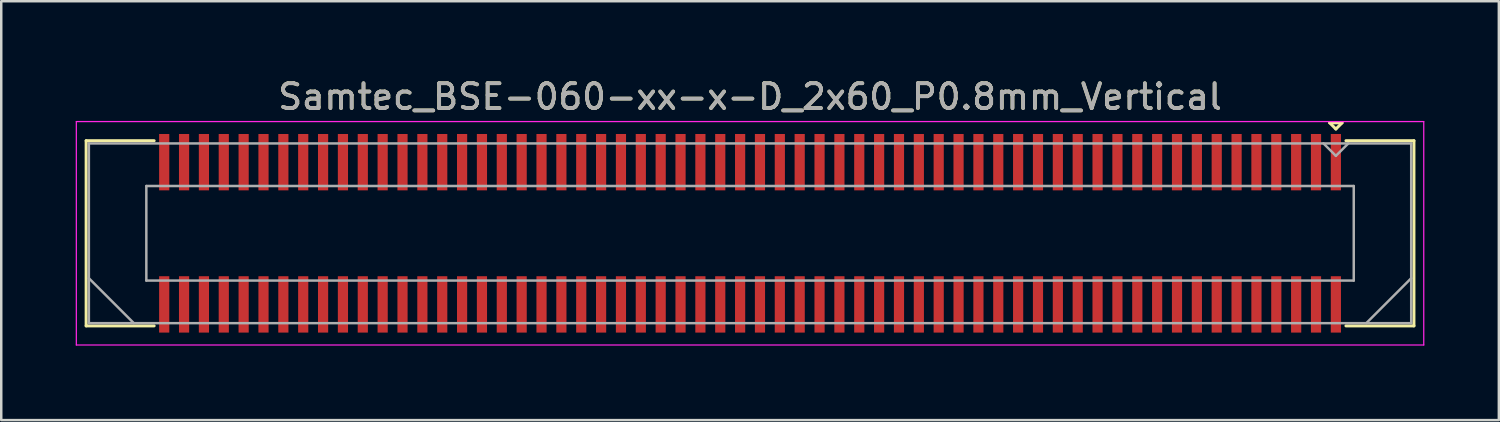
<source format=kicad_pcb>
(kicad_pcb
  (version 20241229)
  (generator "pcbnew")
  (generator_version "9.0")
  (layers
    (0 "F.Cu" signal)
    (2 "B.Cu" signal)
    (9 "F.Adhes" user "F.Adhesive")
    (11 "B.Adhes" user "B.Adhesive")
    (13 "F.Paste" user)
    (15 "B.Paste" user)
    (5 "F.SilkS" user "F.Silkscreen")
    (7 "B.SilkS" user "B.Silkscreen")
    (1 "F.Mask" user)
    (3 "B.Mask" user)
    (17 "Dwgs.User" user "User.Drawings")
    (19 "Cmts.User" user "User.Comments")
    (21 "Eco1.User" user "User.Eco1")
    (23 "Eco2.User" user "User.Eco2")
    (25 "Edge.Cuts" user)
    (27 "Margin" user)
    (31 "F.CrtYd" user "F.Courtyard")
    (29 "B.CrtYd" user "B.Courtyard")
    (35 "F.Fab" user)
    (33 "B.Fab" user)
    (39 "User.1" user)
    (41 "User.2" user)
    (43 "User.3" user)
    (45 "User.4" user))
  (footprint "Samtec_BSE-060-xx-x-D_2x60_P0.8mm_Vertical"
    (layer "F.Cu")
    (at 27.165 6.348)
    (property "Reference" "Samtec_BSE-060-xx-x-D_2x60_P0.8mm_Vertical" (at 0 -5.5 0) (layer "F.SilkS") (effects (font (size 1 1) (thickness 0.15))))
    (attr smd)
    (fp_line (start -26.745 -3.73) (end -24.005 -3.73) (stroke (width 0.12) (type solid)) (layer "F.SilkS"))
    (fp_line (start -26.745 3.73) (end -26.745 -3.73) (stroke (width 0.12) (type solid)) (layer "F.SilkS"))
    (fp_line (start -24.005 3.73) (end -26.745 3.73) (stroke (width 0.12) (type solid)) (layer "F.SilkS"))
    (fp_line (start 23.35 -4.45) (end 23.85 -4.45) (stroke (width 0.12) (type solid)) (layer "F.SilkS"))
    (fp_line (start 23.6 -4.2) (end 23.35 -4.45) (stroke (width 0.12) (type solid)) (layer "F.SilkS"))
    (fp_line (start 23.85 -4.45) (end 23.6 -4.2) (stroke (width 0.12) (type solid)) (layer "F.SilkS"))
    (fp_line (start 24.005 3.73) (end 26.745 3.73) (stroke (width 0.12) (type solid)) (layer "F.SilkS"))
    (fp_line (start 26.745 -3.73) (end 24.005 -3.73) (stroke (width 0.12) (type solid)) (layer "F.SilkS"))
    (fp_line (start 26.745 3.73) (end 26.745 -3.73) (stroke (width 0.12) (type solid)) (layer "F.SilkS"))
    (fp_line (start -27.14 -4.5) (end -27.14 4.5) (stroke (width 0.05) (type solid)) (layer "F.CrtYd"))
    (fp_line (start -27.14 4.5) (end 27.14 4.5) (stroke (width 0.05) (type solid)) (layer "F.CrtYd"))
    (fp_line (start 27.14 -4.5) (end -27.14 -4.5) (stroke (width 0.05) (type solid)) (layer "F.CrtYd"))
    (fp_line (start 27.14 4.5) (end 27.14 -4.5) (stroke (width 0.05) (type solid)) (layer "F.CrtYd"))
    (fp_line (start -26.635 -3.62) (end -26.635 3.62) (stroke (width 0.1) (type solid)) (layer "F.Fab"))
    (fp_line (start -26.635 1.81) (end -24.825 3.62) (stroke (width 0.1) (type solid)) (layer "F.Fab"))
    (fp_line (start -26.635 3.62) (end 26.635 3.62) (stroke (width 0.1) (type solid)) (layer "F.Fab"))
    (fp_line (start -24.32 -1.905) (end -24.32 1.905) (stroke (width 0.1) (type solid)) (layer "F.Fab"))
    (fp_line (start -24.32 1.905) (end 24.32 1.905) (stroke (width 0.1) (type solid)) (layer "F.Fab"))
    (fp_line (start 23.6 -3.12) (end 23.1 -3.62) (stroke (width 0.1) (type solid)) (layer "F.Fab"))
    (fp_line (start 24.1 -3.62) (end 23.6 -3.12) (stroke (width 0.1) (type solid)) (layer "F.Fab"))
    (fp_line (start 24.32 -1.905) (end -24.32 -1.905) (stroke (width 0.1) (type solid)) (layer "F.Fab"))
    (fp_line (start 24.32 1.905) (end 24.32 -1.905) (stroke (width 0.1) (type solid)) (layer "F.Fab"))
    (fp_line (start 26.635 -3.62) (end -26.635 -3.62) (stroke (width 0.1) (type solid)) (layer "F.Fab"))
    (fp_line (start 26.635 1.81) (end 24.825 3.62) (stroke (width 0.1) (type solid)) (layer "F.Fab"))
    (fp_line (start 26.635 3.62) (end 26.635 -3.62) (stroke (width 0.1) (type solid)) (layer "F.Fab"))
    (fp_text user "${REFERENCE}" (at 0 -5.5 0) (layer "F.Fab") (effects (font (size 1 1) (thickness 0.15))))
    (pad "1" smd rect (at 23.6 -2.865) (size 0.41 2.27) (layers "F.Cu" "F.Mask" "F.Paste"))
    (pad "2" smd rect (at 23.6 2.865) (size 0.41 2.27) (layers "F.Cu" "F.Mask" "F.Paste"))
    (pad "3" smd rect (at 22.8 -2.865) (size 0.41 2.27) (layers "F.Cu" "F.Mask" "F.Paste"))
    (pad "4" smd rect (at 22.8 2.865) (size 0.41 2.27) (layers "F.Cu" "F.Mask" "F.Paste"))
    (pad "5" smd rect (at 22 -2.865) (size 0.41 2.27) (layers "F.Cu" "F.Mask" "F.Paste"))
    (pad "6" smd rect (at 22 2.865) (size 0.41 2.27) (layers "F.Cu" "F.Mask" "F.Paste"))
    (pad "7" smd rect (at 21.2 -2.865) (size 0.41 2.27) (layers "F.Cu" "F.Mask" "F.Paste"))
    (pad "8" smd rect (at 21.2 2.865) (size 0.41 2.27) (layers "F.Cu" "F.Mask" "F.Paste"))
    (pad "9" smd rect (at 20.4 -2.865) (size 0.41 2.27) (layers "F.Cu" "F.Mask" "F.Paste"))
    (pad "10" smd rect (at 20.4 2.865) (size 0.41 2.27) (layers "F.Cu" "F.Mask" "F.Paste"))
    (pad "11" smd rect (at 19.6 -2.865) (size 0.41 2.27) (layers "F.Cu" "F.Mask" "F.Paste"))
    (pad "12" smd rect (at 19.6 2.865) (size 0.41 2.27) (layers "F.Cu" "F.Mask" "F.Paste"))
    (pad "13" smd rect (at 18.8 -2.865) (size 0.41 2.27) (layers "F.Cu" "F.Mask" "F.Paste"))
    (pad "14" smd rect (at 18.8 2.865) (size 0.41 2.27) (layers "F.Cu" "F.Mask" "F.Paste"))
    (pad "15" smd rect (at 18 -2.865) (size 0.41 2.27) (layers "F.Cu" "F.Mask" "F.Paste"))
    (pad "16" smd rect (at 18 2.865) (size 0.41 2.27) (layers "F.Cu" "F.Mask" "F.Paste"))
    (pad "17" smd rect (at 17.2 -2.865) (size 0.41 2.27) (layers "F.Cu" "F.Mask" "F.Paste"))
    (pad "18" smd rect (at 17.2 2.865) (size 0.41 2.27) (layers "F.Cu" "F.Mask" "F.Paste"))
    (pad "19" smd rect (at 16.4 -2.865) (size 0.41 2.27) (layers "F.Cu" "F.Mask" "F.Paste"))
    (pad "20" smd rect (at 16.4 2.865) (size 0.41 2.27) (layers "F.Cu" "F.Mask" "F.Paste"))
    (pad "21" smd rect (at 15.6 -2.865) (size 0.41 2.27) (layers "F.Cu" "F.Mask" "F.Paste"))
    (pad "22" smd rect (at 15.6 2.865) (size 0.41 2.27) (layers "F.Cu" "F.Mask" "F.Paste"))
    (pad "23" smd rect (at 14.8 -2.865) (size 0.41 2.27) (layers "F.Cu" "F.Mask" "F.Paste"))
    (pad "24" smd rect (at 14.8 2.865) (size 0.41 2.27) (layers "F.Cu" "F.Mask" "F.Paste"))
    (pad "25" smd rect (at 14 -2.865) (size 0.41 2.27) (layers "F.Cu" "F.Mask" "F.Paste"))
    (pad "26" smd rect (at 14 2.865) (size 0.41 2.27) (layers "F.Cu" "F.Mask" "F.Paste"))
    (pad "27" smd rect (at 13.2 -2.865) (size 0.41 2.27) (layers "F.Cu" "F.Mask" "F.Paste"))
    (pad "28" smd rect (at 13.2 2.865) (size 0.41 2.27) (layers "F.Cu" "F.Mask" "F.Paste"))
    (pad "29" smd rect (at 12.4 -2.865) (size 0.41 2.27) (layers "F.Cu" "F.Mask" "F.Paste"))
    (pad "30" smd rect (at 12.4 2.865) (size 0.41 2.27) (layers "F.Cu" "F.Mask" "F.Paste"))
    (pad "31" smd rect (at 11.6 -2.865) (size 0.41 2.27) (layers "F.Cu" "F.Mask" "F.Paste"))
    (pad "32" smd rect (at 11.6 2.865) (size 0.41 2.27) (layers "F.Cu" "F.Mask" "F.Paste"))
    (pad "33" smd rect (at 10.8 -2.865) (size 0.41 2.27) (layers "F.Cu" "F.Mask" "F.Paste"))
    (pad "34" smd rect (at 10.8 2.865) (size 0.41 2.27) (layers "F.Cu" "F.Mask" "F.Paste"))
    (pad "35" smd rect (at 10 -2.865) (size 0.41 2.27) (layers "F.Cu" "F.Mask" "F.Paste"))
    (pad "36" smd rect (at 10 2.865) (size 0.41 2.27) (layers "F.Cu" "F.Mask" "F.Paste"))
    (pad "37" smd rect (at 9.2 -2.865) (size 0.41 2.27) (layers "F.Cu" "F.Mask" "F.Paste"))
    (pad "38" smd rect (at 9.2 2.865) (size 0.41 2.27) (layers "F.Cu" "F.Mask" "F.Paste"))
    (pad "39" smd rect (at 8.4 -2.865) (size 0.41 2.27) (layers "F.Cu" "F.Mask" "F.Paste"))
    (pad "40" smd rect (at 8.4 2.865) (size 0.41 2.27) (layers "F.Cu" "F.Mask" "F.Paste"))
    (pad "41" smd rect (at 7.6 -2.865) (size 0.41 2.27) (layers "F.Cu" "F.Mask" "F.Paste"))
    (pad "42" smd rect (at 7.6 2.865) (size 0.41 2.27) (layers "F.Cu" "F.Mask" "F.Paste"))
    (pad "43" smd rect (at 6.8 -2.865) (size 0.41 2.27) (layers "F.Cu" "F.Mask" "F.Paste"))
    (pad "44" smd rect (at 6.8 2.865) (size 0.41 2.27) (layers "F.Cu" "F.Mask" "F.Paste"))
    (pad "45" smd rect (at 6 -2.865) (size 0.41 2.27) (layers "F.Cu" "F.Mask" "F.Paste"))
    (pad "46" smd rect (at 6 2.865) (size 0.41 2.27) (layers "F.Cu" "F.Mask" "F.Paste"))
    (pad "47" smd rect (at 5.2 -2.865) (size 0.41 2.27) (layers "F.Cu" "F.Mask" "F.Paste"))
    (pad "48" smd rect (at 5.2 2.865) (size 0.41 2.27) (layers "F.Cu" "F.Mask" "F.Paste"))
    (pad "49" smd rect (at 4.4 -2.865) (size 0.41 2.27) (layers "F.Cu" "F.Mask" "F.Paste"))
    (pad "50" smd rect (at 4.4 2.865) (size 0.41 2.27) (layers "F.Cu" "F.Mask" "F.Paste"))
    (pad "51" smd rect (at 3.6 -2.865) (size 0.41 2.27) (layers "F.Cu" "F.Mask" "F.Paste"))
    (pad "52" smd rect (at 3.6 2.865) (size 0.41 2.27) (layers "F.Cu" "F.Mask" "F.Paste"))
    (pad "53" smd rect (at 2.8 -2.865) (size 0.41 2.27) (layers "F.Cu" "F.Mask" "F.Paste"))
    (pad "54" smd rect (at 2.8 2.865) (size 0.41 2.27) (layers "F.Cu" "F.Mask" "F.Paste"))
    (pad "55" smd rect (at 2 -2.865) (size 0.41 2.27) (layers "F.Cu" "F.Mask" "F.Paste"))
    (pad "56" smd rect (at 2 2.865) (size 0.41 2.27) (layers "F.Cu" "F.Mask" "F.Paste"))
    (pad "57" smd rect (at 1.2 -2.865) (size 0.41 2.27) (layers "F.Cu" "F.Mask" "F.Paste"))
    (pad "58" smd rect (at 1.2 2.865) (size 0.41 2.27) (layers "F.Cu" "F.Mask" "F.Paste"))
    (pad "59" smd rect (at 0.4 -2.865) (size 0.41 2.27) (layers "F.Cu" "F.Mask" "F.Paste"))
    (pad "60" smd rect (at 0.4 2.865) (size 0.41 2.27) (layers "F.Cu" "F.Mask" "F.Paste"))
    (pad "61" smd rect (at -0.4 -2.865) (size 0.41 2.27) (layers "F.Cu" "F.Mask" "F.Paste"))
    (pad "62" smd rect (at -0.4 2.865) (size 0.41 2.27) (layers "F.Cu" "F.Mask" "F.Paste"))
    (pad "63" smd rect (at -1.2 -2.865) (size 0.41 2.27) (layers "F.Cu" "F.Mask" "F.Paste"))
    (pad "64" smd rect (at -1.2 2.865) (size 0.41 2.27) (layers "F.Cu" "F.Mask" "F.Paste"))
    (pad "65" smd rect (at -2 -2.865) (size 0.41 2.27) (layers "F.Cu" "F.Mask" "F.Paste"))
    (pad "66" smd rect (at -2 2.865) (size 0.41 2.27) (layers "F.Cu" "F.Mask" "F.Paste"))
    (pad "67" smd rect (at -2.8 -2.865) (size 0.41 2.27) (layers "F.Cu" "F.Mask" "F.Paste"))
    (pad "68" smd rect (at -2.8 2.865) (size 0.41 2.27) (layers "F.Cu" "F.Mask" "F.Paste"))
    (pad "69" smd rect (at -3.6 -2.865) (size 0.41 2.27) (layers "F.Cu" "F.Mask" "F.Paste"))
    (pad "70" smd rect (at -3.6 2.865) (size 0.41 2.27) (layers "F.Cu" "F.Mask" "F.Paste"))
    (pad "71" smd rect (at -4.4 -2.865) (size 0.41 2.27) (layers "F.Cu" "F.Mask" "F.Paste"))
    (pad "72" smd rect (at -4.4 2.865) (size 0.41 2.27) (layers "F.Cu" "F.Mask" "F.Paste"))
    (pad "73" smd rect (at -5.2 -2.865) (size 0.41 2.27) (layers "F.Cu" "F.Mask" "F.Paste"))
    (pad "74" smd rect (at -5.2 2.865) (size 0.41 2.27) (layers "F.Cu" "F.Mask" "F.Paste"))
    (pad "75" smd rect (at -6 -2.865) (size 0.41 2.27) (layers "F.Cu" "F.Mask" "F.Paste"))
    (pad "76" smd rect (at -6 2.865) (size 0.41 2.27) (layers "F.Cu" "F.Mask" "F.Paste"))
    (pad "77" smd rect (at -6.8 -2.865) (size 0.41 2.27) (layers "F.Cu" "F.Mask" "F.Paste"))
    (pad "78" smd rect (at -6.8 2.865) (size 0.41 2.27) (layers "F.Cu" "F.Mask" "F.Paste"))
    (pad "79" smd rect (at -7.6 -2.865) (size 0.41 2.27) (layers "F.Cu" "F.Mask" "F.Paste"))
    (pad "80" smd rect (at -7.6 2.865) (size 0.41 2.27) (layers "F.Cu" "F.Mask" "F.Paste"))
    (pad "81" smd rect (at -8.4 -2.865) (size 0.41 2.27) (layers "F.Cu" "F.Mask" "F.Paste"))
    (pad "82" smd rect (at -8.4 2.865) (size 0.41 2.27) (layers "F.Cu" "F.Mask" "F.Paste"))
    (pad "83" smd rect (at -9.2 -2.865) (size 0.41 2.27) (layers "F.Cu" "F.Mask" "F.Paste"))
    (pad "84" smd rect (at -9.2 2.865) (size 0.41 2.27) (layers "F.Cu" "F.Mask" "F.Paste"))
    (pad "85" smd rect (at -10 -2.865) (size 0.41 2.27) (layers "F.Cu" "F.Mask" "F.Paste"))
    (pad "86" smd rect (at -10 2.865) (size 0.41 2.27) (layers "F.Cu" "F.Mask" "F.Paste"))
    (pad "87" smd rect (at -10.8 -2.865) (size 0.41 2.27) (layers "F.Cu" "F.Mask" "F.Paste"))
    (pad "88" smd rect (at -10.8 2.865) (size 0.41 2.27) (layers "F.Cu" "F.Mask" "F.Paste"))
    (pad "89" smd rect (at -11.6 -2.865) (size 0.41 2.27) (layers "F.Cu" "F.Mask" "F.Paste"))
    (pad "90" smd rect (at -11.6 2.865) (size 0.41 2.27) (layers "F.Cu" "F.Mask" "F.Paste"))
    (pad "91" smd rect (at -12.4 -2.865) (size 0.41 2.27) (layers "F.Cu" "F.Mask" "F.Paste"))
    (pad "92" smd rect (at -12.4 2.865) (size 0.41 2.27) (layers "F.Cu" "F.Mask" "F.Paste"))
    (pad "93" smd rect (at -13.2 -2.865) (size 0.41 2.27) (layers "F.Cu" "F.Mask" "F.Paste"))
    (pad "94" smd rect (at -13.2 2.865) (size 0.41 2.27) (layers "F.Cu" "F.Mask" "F.Paste"))
    (pad "95" smd rect (at -14 -2.865) (size 0.41 2.27) (layers "F.Cu" "F.Mask" "F.Paste"))
    (pad "96" smd rect (at -14 2.865) (size 0.41 2.27) (layers "F.Cu" "F.Mask" "F.Paste"))
    (pad "97" smd rect (at -14.8 -2.865) (size 0.41 2.27) (layers "F.Cu" "F.Mask" "F.Paste"))
    (pad "98" smd rect (at -14.8 2.865) (size 0.41 2.27) (layers "F.Cu" "F.Mask" "F.Paste"))
    (pad "99" smd rect (at -15.6 -2.865) (size 0.41 2.27) (layers "F.Cu" "F.Mask" "F.Paste"))
    (pad "100" smd rect (at -15.6 2.865) (size 0.41 2.27) (layers "F.Cu" "F.Mask" "F.Paste"))
    (pad "101" smd rect (at -16.4 -2.865) (size 0.41 2.27) (layers "F.Cu" "F.Mask" "F.Paste"))
    (pad "102" smd rect (at -16.4 2.865) (size 0.41 2.27) (layers "F.Cu" "F.Mask" "F.Paste"))
    (pad "103" smd rect (at -17.2 -2.865) (size 0.41 2.27) (layers "F.Cu" "F.Mask" "F.Paste"))
    (pad "104" smd rect (at -17.2 2.865) (size 0.41 2.27) (layers "F.Cu" "F.Mask" "F.Paste"))
    (pad "105" smd rect (at -18 -2.865) (size 0.41 2.27) (layers "F.Cu" "F.Mask" "F.Paste"))
    (pad "106" smd rect (at -18 2.865) (size 0.41 2.27) (layers "F.Cu" "F.Mask" "F.Paste"))
    (pad "107" smd rect (at -18.8 -2.865) (size 0.41 2.27) (layers "F.Cu" "F.Mask" "F.Paste"))
    (pad "108" smd rect (at -18.8 2.865) (size 0.41 2.27) (layers "F.Cu" "F.Mask" "F.Paste"))
    (pad "109" smd rect (at -19.6 -2.865) (size 0.41 2.27) (layers "F.Cu" "F.Mask" "F.Paste"))
    (pad "110" smd rect (at -19.6 2.865) (size 0.41 2.27) (layers "F.Cu" "F.Mask" "F.Paste"))
    (pad "111" smd rect (at -20.4 -2.865) (size 0.41 2.27) (layers "F.Cu" "F.Mask" "F.Paste"))
    (pad "112" smd rect (at -20.4 2.865) (size 0.41 2.27) (layers "F.Cu" "F.Mask" "F.Paste"))
    (pad "113" smd rect (at -21.2 -2.865) (size 0.41 2.27) (layers "F.Cu" "F.Mask" "F.Paste"))
    (pad "114" smd rect (at -21.2 2.865) (size 0.41 2.27) (layers "F.Cu" "F.Mask" "F.Paste"))
    (pad "115" smd rect (at -22 -2.865) (size 0.41 2.27) (layers "F.Cu" "F.Mask" "F.Paste"))
    (pad "116" smd rect (at -22 2.865) (size 0.41 2.27) (layers "F.Cu" "F.Mask" "F.Paste"))
    (pad "117" smd rect (at -22.8 -2.865) (size 0.41 2.27) (layers "F.Cu" "F.Mask" "F.Paste"))
    (pad "118" smd rect (at -22.8 2.865) (size 0.41 2.27) (layers "F.Cu" "F.Mask" "F.Paste"))
    (pad "119" smd rect (at -23.6 -2.865) (size 0.41 2.27) (layers "F.Cu" "F.Mask" "F.Paste"))
    (pad "120" smd rect (at -23.6 2.865) (size 0.41 2.27) (layers "F.Cu" "F.Mask" "F.Paste")))
  (gr_rect
    (start -3 -3)
    (end 57.33 13.873)
    (stroke (width 0.1) (type default))
    (fill no)
    (layer "Edge.Cuts")))
</source>
